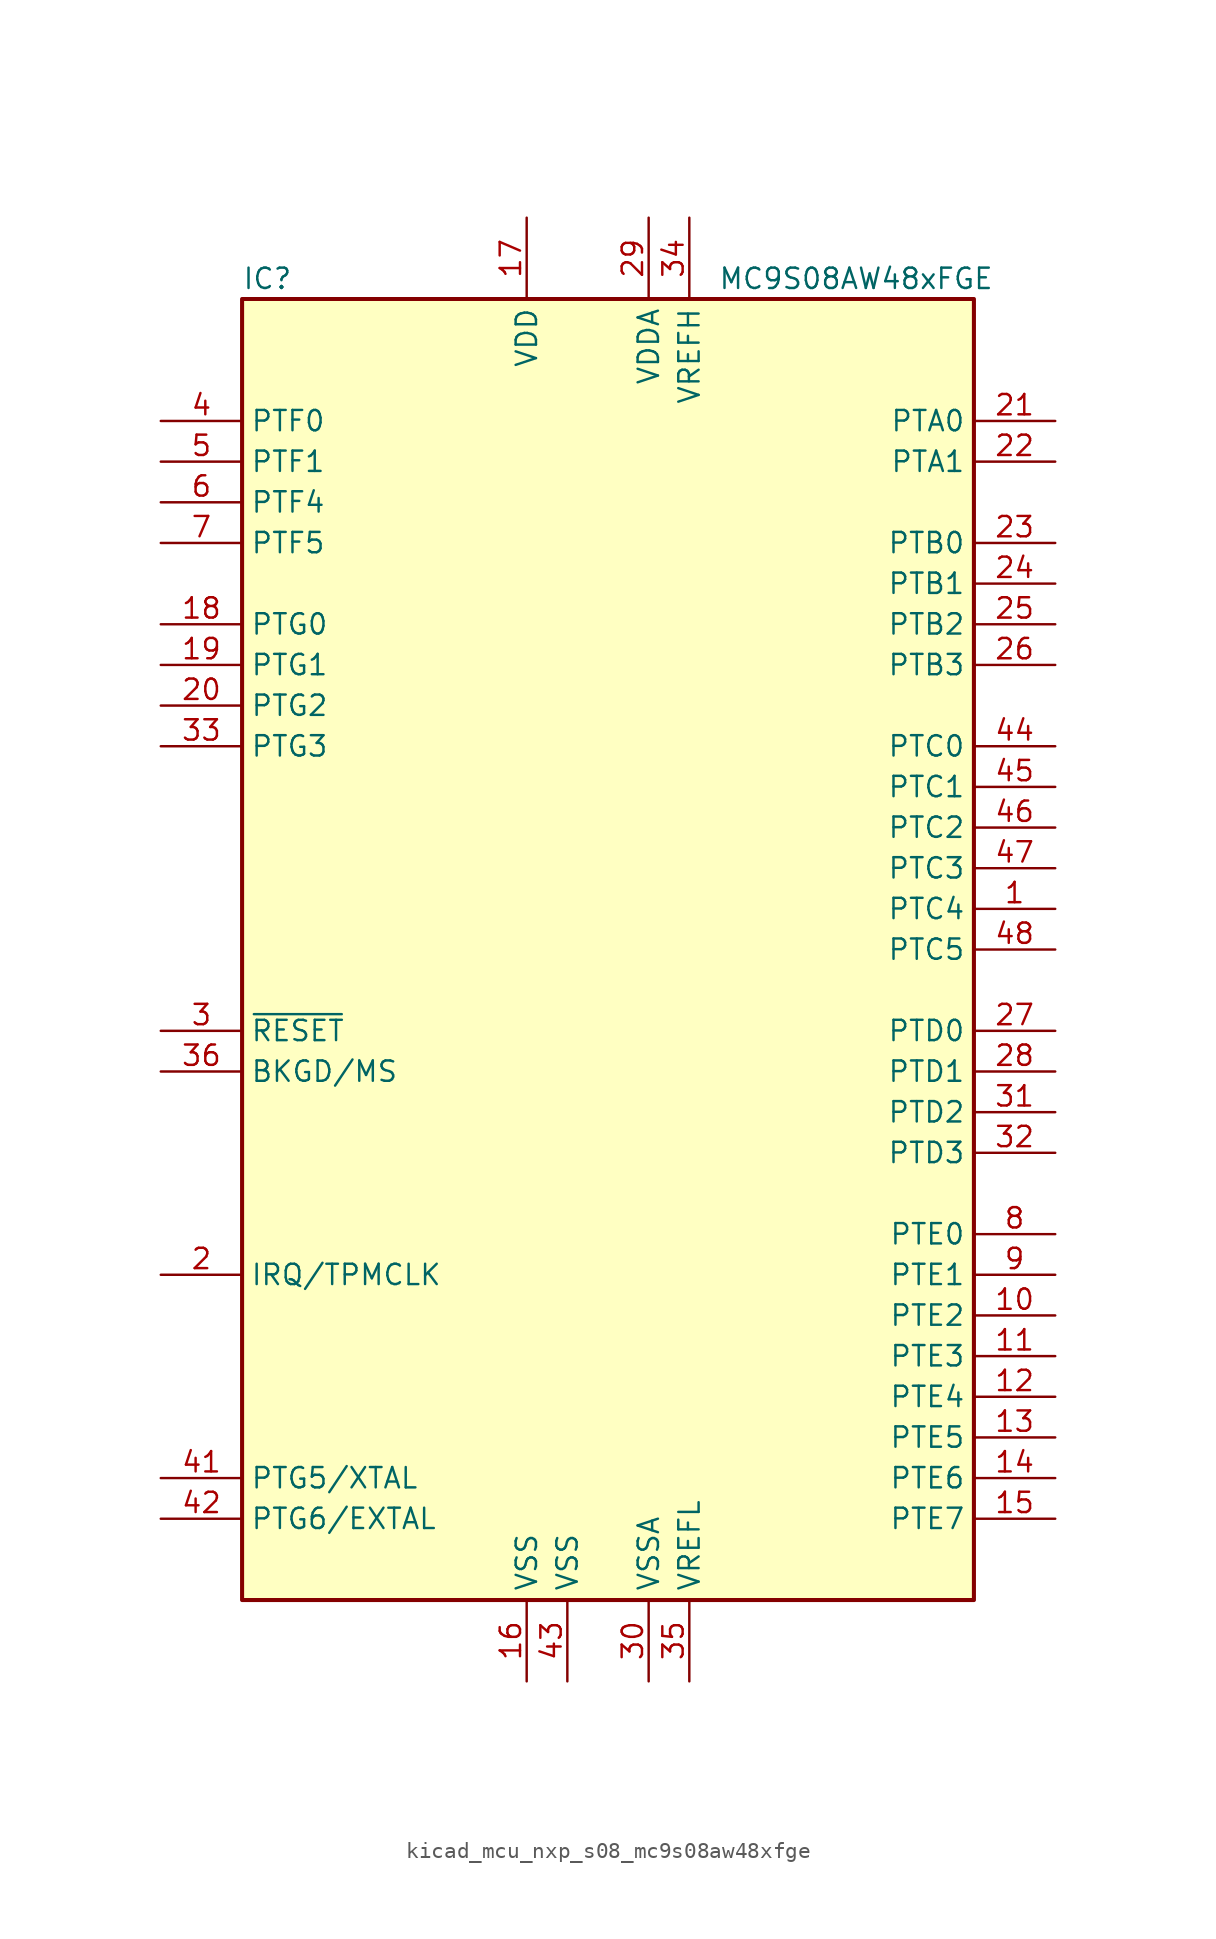
<source format=kicad_sym>
(kicad_symbol_lib
  (version 20220914)
  (generator kicad_symbol_editor)
  (symbol "kicad_mcu_nxp_s08_mc9s08aw48xfge"
    (property "Reference" "IC"
      (at -22.86 41.91 0)
      (effects (font (size 1.27 1.27)) (justify left)))
    (property "Value" "MC9S08AW48xFGE"
      (at 24.13 41.91 0)
      (effects (font (size 1.27 1.27)) (justify right)))
    (symbol "kicad_mcu_nxp_s08_mc9s08aw48xfge_0_1"
      (rectangle (start -22.86 40.64) (end 22.86 -40.64) (stroke (width 0.254) (type default)) (fill (type background))))
    (symbol "kicad_mcu_nxp_s08_mc9s08aw48xfge_1_1"
      (pin bidirectional line (at 27.94 2.54 180) (length 5.08) (name "PTC4" (effects (font (size 1.27 1.27)))) (number "1" (effects (font (size 1.27 1.27)))))
      (pin bidirectional line (at 27.94 -22.86 180) (length 5.08) (name "PTE2" (effects (font (size 1.27 1.27)))) (number "10" (effects (font (size 1.27 1.27)))))
      (pin bidirectional line (at 27.94 -25.4 180) (length 5.08) (name "PTE3" (effects (font (size 1.27 1.27)))) (number "11" (effects (font (size 1.27 1.27)))))
      (pin bidirectional line (at 27.94 -27.94 180) (length 5.08) (name "PTE4" (effects (font (size 1.27 1.27)))) (number "12" (effects (font (size 1.27 1.27)))))
      (pin bidirectional line (at 27.94 -30.48 180) (length 5.08) (name "PTE5" (effects (font (size 1.27 1.27)))) (number "13" (effects (font (size 1.27 1.27)))))
      (pin bidirectional line (at 27.94 -33.02 180) (length 5.08) (name "PTE6" (effects (font (size 1.27 1.27)))) (number "14" (effects (font (size 1.27 1.27)))))
      (pin bidirectional line (at 27.94 -35.56 180) (length 5.08) (name "PTE7" (effects (font (size 1.27 1.27)))) (number "15" (effects (font (size 1.27 1.27)))))
      (pin power_in line (at -5.08 -45.72 90) (length 5.08) (name "VSS" (effects (font (size 1.27 1.27)))) (number "16" (effects (font (size 1.27 1.27)))))
      (pin power_in line (at -5.08 45.72 270) (length 5.08) (name "VDD" (effects (font (size 1.27 1.27)))) (number "17" (effects (font (size 1.27 1.27)))))
      (pin bidirectional line (at -27.94 20.32 0) (length 5.08) (name "PTG0" (effects (font (size 1.27 1.27)))) (number "18" (effects (font (size 1.27 1.27)))))
      (pin bidirectional line (at -27.94 17.78 0) (length 5.08) (name "PTG1" (effects (font (size 1.27 1.27)))) (number "19" (effects (font (size 1.27 1.27)))))
      (pin input line (at -27.94 -20.32 0) (length 5.08) (name "IRQ/TPMCLK" (effects (font (size 1.27 1.27)))) (number "2" (effects (font (size 1.27 1.27)))))
      (pin bidirectional line (at -27.94 15.24 0) (length 5.08) (name "PTG2" (effects (font (size 1.27 1.27)))) (number "20" (effects (font (size 1.27 1.27)))))
      (pin bidirectional line (at 27.94 33.02 180) (length 5.08) (name "PTA0" (effects (font (size 1.27 1.27)))) (number "21" (effects (font (size 1.27 1.27)))))
      (pin bidirectional line (at 27.94 30.48 180) (length 5.08) (name "PTA1" (effects (font (size 1.27 1.27)))) (number "22" (effects (font (size 1.27 1.27)))))
      (pin bidirectional line (at 27.94 25.4 180) (length 5.08) (name "PTB0" (effects (font (size 1.27 1.27)))) (number "23" (effects (font (size 1.27 1.27)))))
      (pin bidirectional line (at 27.94 22.86 180) (length 5.08) (name "PTB1" (effects (font (size 1.27 1.27)))) (number "24" (effects (font (size 1.27 1.27)))))
      (pin bidirectional line (at 27.94 20.32 180) (length 5.08) (name "PTB2" (effects (font (size 1.27 1.27)))) (number "25" (effects (font (size 1.27 1.27)))))
      (pin bidirectional line (at 27.94 17.78 180) (length 5.08) (name "PTB3" (effects (font (size 1.27 1.27)))) (number "26" (effects (font (size 1.27 1.27)))))
      (pin bidirectional line (at 27.94 -5.08 180) (length 5.08) (name "PTD0" (effects (font (size 1.27 1.27)))) (number "27" (effects (font (size 1.27 1.27)))))
      (pin bidirectional line (at 27.94 -7.62 180) (length 5.08) (name "PTD1" (effects (font (size 1.27 1.27)))) (number "28" (effects (font (size 1.27 1.27)))))
      (pin power_in line (at 2.54 45.72 270) (length 5.08) (name "VDDA" (effects (font (size 1.27 1.27)))) (number "29" (effects (font (size 1.27 1.27)))))
      (pin input line (at -27.94 -5.08 0) (length 5.08) (name "~{RESET}" (effects (font (size 1.27 1.27)))) (number "3" (effects (font (size 1.27 1.27)))))
      (pin power_in line (at 2.54 -45.72 90) (length 5.08) (name "VSSA" (effects (font (size 1.27 1.27)))) (number "30" (effects (font (size 1.27 1.27)))))
      (pin bidirectional line (at 27.94 -10.16 180) (length 5.08) (name "PTD2" (effects (font (size 1.27 1.27)))) (number "31" (effects (font (size 1.27 1.27)))))
      (pin bidirectional line (at 27.94 -12.7 180) (length 5.08) (name "PTD3" (effects (font (size 1.27 1.27)))) (number "32" (effects (font (size 1.27 1.27)))))
      (pin bidirectional line (at -27.94 12.7 0) (length 5.08) (name "PTG3" (effects (font (size 1.27 1.27)))) (number "33" (effects (font (size 1.27 1.27)))))
      (pin power_in line (at 5.08 45.72 270) (length 5.08) (name "VREFH" (effects (font (size 1.27 1.27)))) (number "34" (effects (font (size 1.27 1.27)))))
      (pin power_in line (at 5.08 -45.72 90) (length 5.08) (name "VREFL" (effects (font (size 1.27 1.27)))) (number "35" (effects (font (size 1.27 1.27)))))
      (pin bidirectional line (at -27.94 -7.62 0) (length 5.08) (name "BKGD/MS" (effects (font (size 1.27 1.27)))) (number "36" (effects (font (size 1.27 1.27)))))
      (pin bidirectional line (at -27.94 33.02 0) (length 5.08) (name "PTF0" (effects (font (size 1.27 1.27)))) (number "4" (effects (font (size 1.27 1.27)))))
      (pin bidirectional line (at -27.94 -33.02 0) (length 5.08) (name "PTG5/XTAL" (effects (font (size 1.27 1.27)))) (number "41" (effects (font (size 1.27 1.27)))))
      (pin bidirectional line (at -27.94 -35.56 0) (length 5.08) (name "PTG6/EXTAL" (effects (font (size 1.27 1.27)))) (number "42" (effects (font (size 1.27 1.27)))))
      (pin power_in line (at -2.54 -45.72 90) (length 5.08) (name "VSS" (effects (font (size 1.27 1.27)))) (number "43" (effects (font (size 1.27 1.27)))))
      (pin bidirectional line (at 27.94 12.7 180) (length 5.08) (name "PTC0" (effects (font (size 1.27 1.27)))) (number "44" (effects (font (size 1.27 1.27)))))
      (pin bidirectional line (at 27.94 10.16 180) (length 5.08) (name "PTC1" (effects (font (size 1.27 1.27)))) (number "45" (effects (font (size 1.27 1.27)))))
      (pin bidirectional line (at 27.94 7.62 180) (length 5.08) (name "PTC2" (effects (font (size 1.27 1.27)))) (number "46" (effects (font (size 1.27 1.27)))))
      (pin bidirectional line (at 27.94 5.08 180) (length 5.08) (name "PTC3" (effects (font (size 1.27 1.27)))) (number "47" (effects (font (size 1.27 1.27)))))
      (pin bidirectional line (at 27.94 0 180) (length 5.08) (name "PTC5" (effects (font (size 1.27 1.27)))) (number "48" (effects (font (size 1.27 1.27)))))
      (pin bidirectional line (at -27.94 30.48 0) (length 5.08) (name "PTF1" (effects (font (size 1.27 1.27)))) (number "5" (effects (font (size 1.27 1.27)))))
      (pin bidirectional line (at -27.94 27.94 0) (length 5.08) (name "PTF4" (effects (font (size 1.27 1.27)))) (number "6" (effects (font (size 1.27 1.27)))))
      (pin bidirectional line (at -27.94 25.4 0) (length 5.08) (name "PTF5" (effects (font (size 1.27 1.27)))) (number "7" (effects (font (size 1.27 1.27)))))
      (pin bidirectional line (at 27.94 -17.78 180) (length 5.08) (name "PTE0" (effects (font (size 1.27 1.27)))) (number "8" (effects (font (size 1.27 1.27)))))
      (pin bidirectional line (at 27.94 -20.32 180) (length 5.08) (name "PTE1" (effects (font (size 1.27 1.27)))) (number "9" (effects (font (size 1.27 1.27))))))))
</source>
